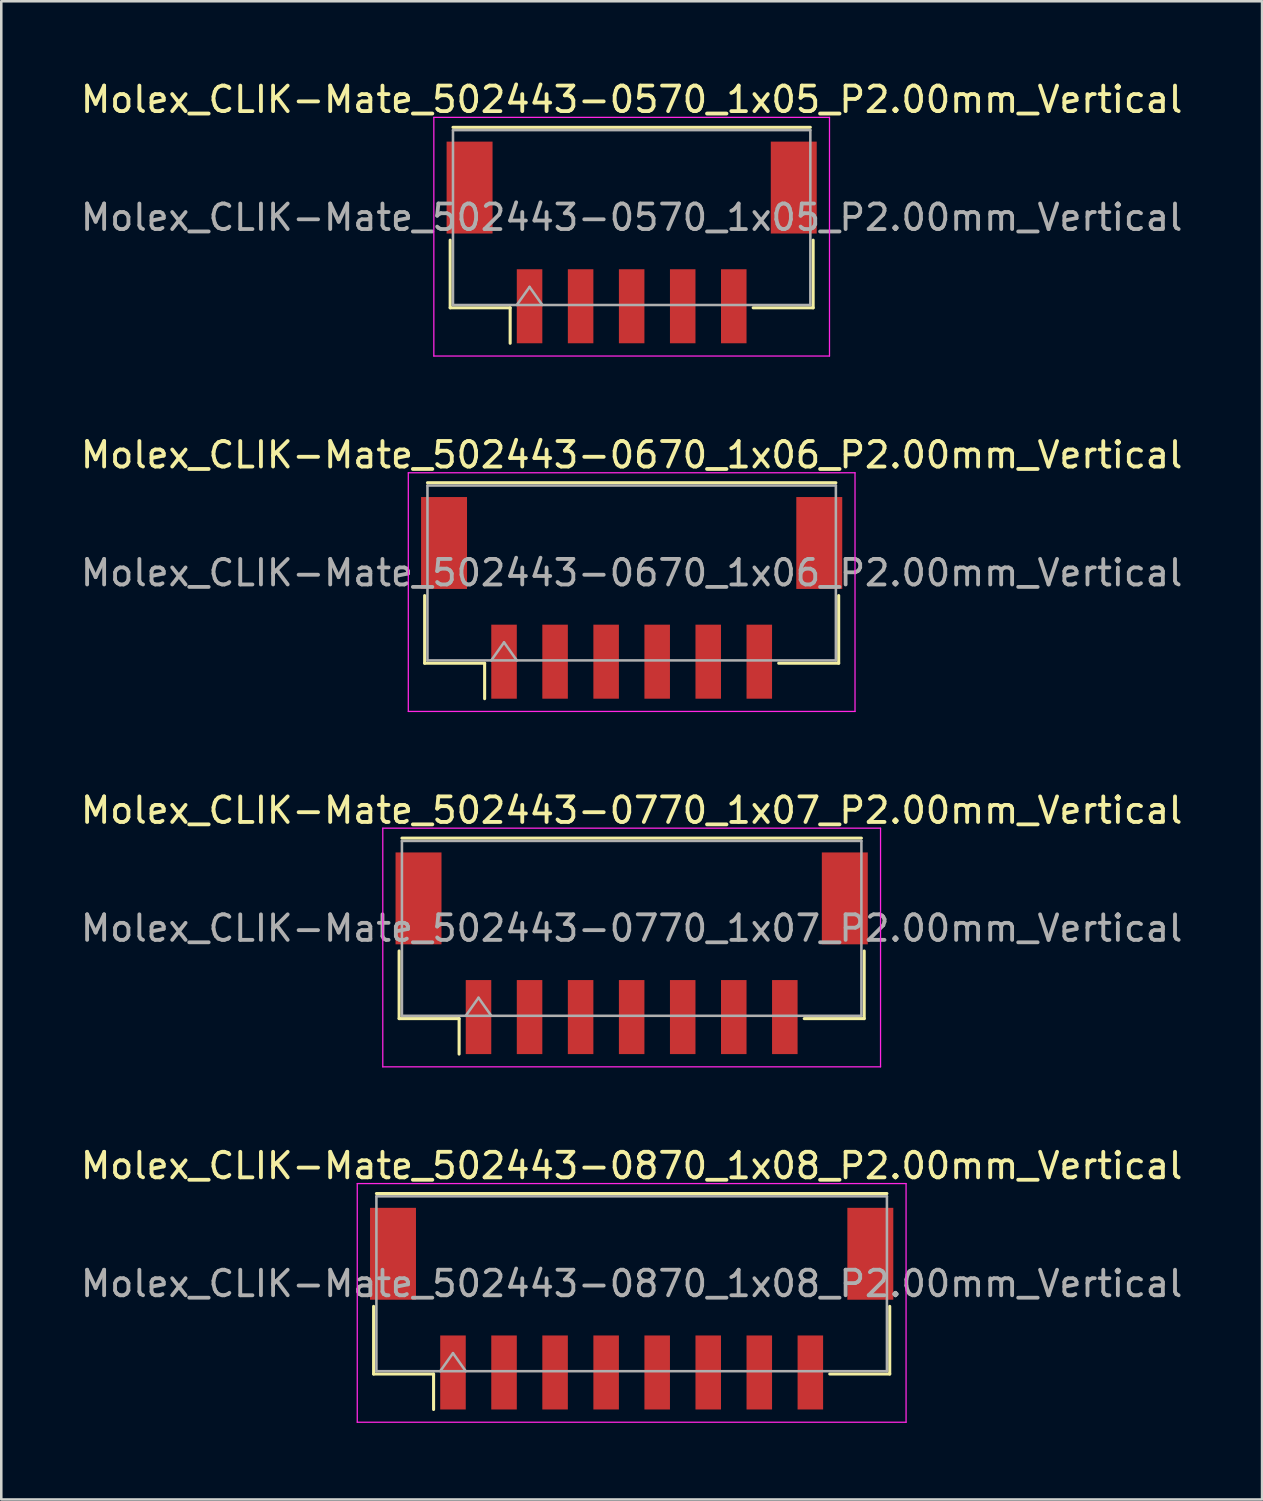
<source format=kicad_pcb>
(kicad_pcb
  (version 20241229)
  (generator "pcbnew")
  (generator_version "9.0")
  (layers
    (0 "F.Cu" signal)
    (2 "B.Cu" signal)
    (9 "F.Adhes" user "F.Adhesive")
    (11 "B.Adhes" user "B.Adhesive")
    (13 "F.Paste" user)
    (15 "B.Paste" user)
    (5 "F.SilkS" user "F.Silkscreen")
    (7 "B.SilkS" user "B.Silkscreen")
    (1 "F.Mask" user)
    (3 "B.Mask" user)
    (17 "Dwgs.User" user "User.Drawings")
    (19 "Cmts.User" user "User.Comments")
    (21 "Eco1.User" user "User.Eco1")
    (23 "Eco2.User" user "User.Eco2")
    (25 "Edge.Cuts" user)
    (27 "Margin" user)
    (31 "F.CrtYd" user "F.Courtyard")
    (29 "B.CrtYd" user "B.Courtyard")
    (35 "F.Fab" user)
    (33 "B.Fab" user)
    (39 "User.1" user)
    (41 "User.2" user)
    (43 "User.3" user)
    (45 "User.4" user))
  (footprint "Molex_CLIK-Mate_502443-0570_1x05_P2.00mm_Vertical"
    (layer "F.Cu")
    (at 21.696 6.448)
    (property "Reference" "Molex_CLIK-Mate_502443-0570_1x05_P2.00mm_Vertical" (at 0 -5.6 0) (layer "F.SilkS") (effects (font (size 1 1) (thickness 0.15))))
    (attr smd)
    (fp_line (start -7.11 -0.09) (end -7.11 2.56) (stroke (width 0.12) (type solid)) (layer "F.SilkS"))
    (fp_line (start -7.11 2.56) (end -4.76 2.56) (stroke (width 0.12) (type solid)) (layer "F.SilkS"))
    (fp_line (start -7 -4.51) (end 7 -4.51) (stroke (width 0.12) (type solid)) (layer "F.SilkS"))
    (fp_line (start -4.76 2.56) (end -4.76 3.95) (stroke (width 0.12) (type solid)) (layer "F.SilkS"))
    (fp_line (start 7.11 -0.09) (end 7.11 2.56) (stroke (width 0.12) (type solid)) (layer "F.SilkS"))
    (fp_line (start 7.11 2.56) (end 4.76 2.56) (stroke (width 0.12) (type solid)) (layer "F.SilkS"))
    (fp_line (start -7.75 -4.9) (end -7.75 4.45) (stroke (width 0.05) (type solid)) (layer "F.CrtYd"))
    (fp_line (start -7.75 4.45) (end 7.75 4.45) (stroke (width 0.05) (type solid)) (layer "F.CrtYd"))
    (fp_line (start 7.75 -4.9) (end -7.75 -4.9) (stroke (width 0.05) (type solid)) (layer "F.CrtYd"))
    (fp_line (start 7.75 4.45) (end 7.75 -4.9) (stroke (width 0.05) (type solid)) (layer "F.CrtYd"))
    (fp_line (start -7 -4.4) (end 7 -4.4) (stroke (width 0.1) (type solid)) (layer "F.Fab"))
    (fp_line (start -7 2.45) (end -7 -4.4) (stroke (width 0.1) (type solid)) (layer "F.Fab"))
    (fp_line (start -7 2.45) (end 7 2.45) (stroke (width 0.1) (type solid)) (layer "F.Fab"))
    (fp_line (start -4.5 2.45) (end -4 1.743) (stroke (width 0.1) (type solid)) (layer "F.Fab"))
    (fp_line (start -4 1.743) (end -3.5 2.45) (stroke (width 0.1) (type solid)) (layer "F.Fab"))
    (fp_line (start 7 2.45) (end 7 -4.4) (stroke (width 0.1) (type solid)) (layer "F.Fab"))
    (fp_text user "${REFERENCE}" (at 0 -0.98 0) (layer "F.Fab") (effects (font (size 1 1) (thickness 0.15))))
    (pad "" smd rect (at -6.35 -2.15) (size 1.8 3.6) (layers "F.Cu" "F.Mask" "F.Paste"))
    (pad "" smd rect (at 6.35 -2.15) (size 1.8 3.6) (layers "F.Cu" "F.Mask" "F.Paste"))
    (pad "1" smd rect (at -4 2.5) (size 1 2.9) (layers "F.Cu" "F.Mask" "F.Paste"))
    (pad "2" smd rect (at -2 2.5) (size 1 2.9) (layers "F.Cu" "F.Mask" "F.Paste"))
    (pad "3" smd rect (at 0 2.5) (size 1 2.9) (layers "F.Cu" "F.Mask" "F.Paste"))
    (pad "4" smd rect (at 2 2.5) (size 1 2.9) (layers "F.Cu" "F.Mask" "F.Paste"))
    (pad "5" smd rect (at 4 2.5) (size 1 2.9) (layers "F.Cu" "F.Mask" "F.Paste")))
  (footprint "Molex_CLIK-Mate_502443-0670_1x06_P2.00mm_Vertical"
    (layer "F.Cu")
    (at 21.696 20.372)
    (property "Reference" "Molex_CLIK-Mate_502443-0670_1x06_P2.00mm_Vertical" (at 0 -5.6 0) (layer "F.SilkS") (effects (font (size 1 1) (thickness 0.15))))
    (attr smd)
    (fp_line (start -8.11 -0.09) (end -8.11 2.56) (stroke (width 0.12) (type solid)) (layer "F.SilkS"))
    (fp_line (start -8.11 2.56) (end -5.76 2.56) (stroke (width 0.12) (type solid)) (layer "F.SilkS"))
    (fp_line (start -8 -4.51) (end 8 -4.51) (stroke (width 0.12) (type solid)) (layer "F.SilkS"))
    (fp_line (start -5.76 2.56) (end -5.76 3.95) (stroke (width 0.12) (type solid)) (layer "F.SilkS"))
    (fp_line (start 8.11 -0.09) (end 8.11 2.56) (stroke (width 0.12) (type solid)) (layer "F.SilkS"))
    (fp_line (start 8.11 2.56) (end 5.76 2.56) (stroke (width 0.12) (type solid)) (layer "F.SilkS"))
    (fp_line (start -8.75 -4.9) (end -8.75 4.45) (stroke (width 0.05) (type solid)) (layer "F.CrtYd"))
    (fp_line (start -8.75 4.45) (end 8.75 4.45) (stroke (width 0.05) (type solid)) (layer "F.CrtYd"))
    (fp_line (start 8.75 -4.9) (end -8.75 -4.9) (stroke (width 0.05) (type solid)) (layer "F.CrtYd"))
    (fp_line (start 8.75 4.45) (end 8.75 -4.9) (stroke (width 0.05) (type solid)) (layer "F.CrtYd"))
    (fp_line (start -8 -4.4) (end 8 -4.4) (stroke (width 0.1) (type solid)) (layer "F.Fab"))
    (fp_line (start -8 2.45) (end -8 -4.4) (stroke (width 0.1) (type solid)) (layer "F.Fab"))
    (fp_line (start -8 2.45) (end 8 2.45) (stroke (width 0.1) (type solid)) (layer "F.Fab"))
    (fp_line (start -5.5 2.45) (end -5 1.743) (stroke (width 0.1) (type solid)) (layer "F.Fab"))
    (fp_line (start -5 1.743) (end -4.5 2.45) (stroke (width 0.1) (type solid)) (layer "F.Fab"))
    (fp_line (start 8 2.45) (end 8 -4.4) (stroke (width 0.1) (type solid)) (layer "F.Fab"))
    (fp_text user "${REFERENCE}" (at 0 -0.98 0) (layer "F.Fab") (effects (font (size 1 1) (thickness 0.15))))
    (pad "" smd rect (at -7.35 -2.15) (size 1.8 3.6) (layers "F.Cu" "F.Mask" "F.Paste"))
    (pad "" smd rect (at 7.35 -2.15) (size 1.8 3.6) (layers "F.Cu" "F.Mask" "F.Paste"))
    (pad "1" smd rect (at -5 2.5) (size 1 2.9) (layers "F.Cu" "F.Mask" "F.Paste"))
    (pad "2" smd rect (at -3 2.5) (size 1 2.9) (layers "F.Cu" "F.Mask" "F.Paste"))
    (pad "3" smd rect (at -1 2.5) (size 1 2.9) (layers "F.Cu" "F.Mask" "F.Paste"))
    (pad "4" smd rect (at 1 2.5) (size 1 2.9) (layers "F.Cu" "F.Mask" "F.Paste"))
    (pad "5" smd rect (at 3 2.5) (size 1 2.9) (layers "F.Cu" "F.Mask" "F.Paste"))
    (pad "6" smd rect (at 5 2.5) (size 1 2.9) (layers "F.Cu" "F.Mask" "F.Paste")))
  (footprint "Molex_CLIK-Mate_502443-0870_1x08_P2.00mm_Vertical"
    (layer "F.Cu")
    (at 21.696 48.218)
    (property "Reference" "Molex_CLIK-Mate_502443-0870_1x08_P2.00mm_Vertical" (at 0 -5.6 0) (layer "F.SilkS") (effects (font (size 1 1) (thickness 0.15))))
    (attr smd)
    (fp_line (start -10.11 -0.09) (end -10.11 2.56) (stroke (width 0.12) (type solid)) (layer "F.SilkS"))
    (fp_line (start -10.11 2.56) (end -7.76 2.56) (stroke (width 0.12) (type solid)) (layer "F.SilkS"))
    (fp_line (start -10 -4.51) (end 10 -4.51) (stroke (width 0.12) (type solid)) (layer "F.SilkS"))
    (fp_line (start -7.76 2.56) (end -7.76 3.95) (stroke (width 0.12) (type solid)) (layer "F.SilkS"))
    (fp_line (start 10.11 -0.09) (end 10.11 2.56) (stroke (width 0.12) (type solid)) (layer "F.SilkS"))
    (fp_line (start 10.11 2.56) (end 7.76 2.56) (stroke (width 0.12) (type solid)) (layer "F.SilkS"))
    (fp_line (start -10.75 -4.9) (end -10.75 4.45) (stroke (width 0.05) (type solid)) (layer "F.CrtYd"))
    (fp_line (start -10.75 4.45) (end 10.75 4.45) (stroke (width 0.05) (type solid)) (layer "F.CrtYd"))
    (fp_line (start 10.75 -4.9) (end -10.75 -4.9) (stroke (width 0.05) (type solid)) (layer "F.CrtYd"))
    (fp_line (start 10.75 4.45) (end 10.75 -4.9) (stroke (width 0.05) (type solid)) (layer "F.CrtYd"))
    (fp_line (start -10 -4.4) (end 10 -4.4) (stroke (width 0.1) (type solid)) (layer "F.Fab"))
    (fp_line (start -10 2.45) (end -10 -4.4) (stroke (width 0.1) (type solid)) (layer "F.Fab"))
    (fp_line (start -10 2.45) (end 10 2.45) (stroke (width 0.1) (type solid)) (layer "F.Fab"))
    (fp_line (start -7.5 2.45) (end -7 1.743) (stroke (width 0.1) (type solid)) (layer "F.Fab"))
    (fp_line (start -7 1.743) (end -6.5 2.45) (stroke (width 0.1) (type solid)) (layer "F.Fab"))
    (fp_line (start 10 2.45) (end 10 -4.4) (stroke (width 0.1) (type solid)) (layer "F.Fab"))
    (fp_text user "${REFERENCE}" (at 0 -0.98 0) (layer "F.Fab") (effects (font (size 1 1) (thickness 0.15))))
    (pad "" smd rect (at -9.35 -2.15) (size 1.8 3.6) (layers "F.Cu" "F.Mask" "F.Paste"))
    (pad "" smd rect (at 9.35 -2.15) (size 1.8 3.6) (layers "F.Cu" "F.Mask" "F.Paste"))
    (pad "1" smd rect (at -7 2.5) (size 1 2.9) (layers "F.Cu" "F.Mask" "F.Paste"))
    (pad "2" smd rect (at -5 2.5) (size 1 2.9) (layers "F.Cu" "F.Mask" "F.Paste"))
    (pad "3" smd rect (at -3 2.5) (size 1 2.9) (layers "F.Cu" "F.Mask" "F.Paste"))
    (pad "4" smd rect (at -1 2.5) (size 1 2.9) (layers "F.Cu" "F.Mask" "F.Paste"))
    (pad "5" smd rect (at 1 2.5) (size 1 2.9) (layers "F.Cu" "F.Mask" "F.Paste"))
    (pad "6" smd rect (at 3 2.5) (size 1 2.9) (layers "F.Cu" "F.Mask" "F.Paste"))
    (pad "7" smd rect (at 5 2.5) (size 1 2.9) (layers "F.Cu" "F.Mask" "F.Paste"))
    (pad "8" smd rect (at 7 2.5) (size 1 2.9) (layers "F.Cu" "F.Mask" "F.Paste")))
  (footprint "Molex_CLIK-Mate_502443-0770_1x07_P2.00mm_Vertical"
    (layer "F.Cu")
    (at 21.696 34.295)
    (property "Reference" "Molex_CLIK-Mate_502443-0770_1x07_P2.00mm_Vertical" (at 0 -5.6 0) (layer "F.SilkS") (effects (font (size 1 1) (thickness 0.15))))
    (attr smd)
    (fp_line (start -9.11 -0.09) (end -9.11 2.56) (stroke (width 0.12) (type solid)) (layer "F.SilkS"))
    (fp_line (start -9.11 2.56) (end -6.76 2.56) (stroke (width 0.12) (type solid)) (layer "F.SilkS"))
    (fp_line (start -9 -4.51) (end 9 -4.51) (stroke (width 0.12) (type solid)) (layer "F.SilkS"))
    (fp_line (start -6.76 2.56) (end -6.76 3.95) (stroke (width 0.12) (type solid)) (layer "F.SilkS"))
    (fp_line (start 9.11 -0.09) (end 9.11 2.56) (stroke (width 0.12) (type solid)) (layer "F.SilkS"))
    (fp_line (start 9.11 2.56) (end 6.76 2.56) (stroke (width 0.12) (type solid)) (layer "F.SilkS"))
    (fp_line (start -9.75 -4.9) (end -9.75 4.45) (stroke (width 0.05) (type solid)) (layer "F.CrtYd"))
    (fp_line (start -9.75 4.45) (end 9.75 4.45) (stroke (width 0.05) (type solid)) (layer "F.CrtYd"))
    (fp_line (start 9.75 -4.9) (end -9.75 -4.9) (stroke (width 0.05) (type solid)) (layer "F.CrtYd"))
    (fp_line (start 9.75 4.45) (end 9.75 -4.9) (stroke (width 0.05) (type solid)) (layer "F.CrtYd"))
    (fp_line (start -9 -4.4) (end 9 -4.4) (stroke (width 0.1) (type solid)) (layer "F.Fab"))
    (fp_line (start -9 2.45) (end -9 -4.4) (stroke (width 0.1) (type solid)) (layer "F.Fab"))
    (fp_line (start -9 2.45) (end 9 2.45) (stroke (width 0.1) (type solid)) (layer "F.Fab"))
    (fp_line (start -6.5 2.45) (end -6 1.743) (stroke (width 0.1) (type solid)) (layer "F.Fab"))
    (fp_line (start -6 1.743) (end -5.5 2.45) (stroke (width 0.1) (type solid)) (layer "F.Fab"))
    (fp_line (start 9 2.45) (end 9 -4.4) (stroke (width 0.1) (type solid)) (layer "F.Fab"))
    (fp_text user "${REFERENCE}" (at 0 -0.98 0) (layer "F.Fab") (effects (font (size 1 1) (thickness 0.15))))
    (pad "" smd rect (at -8.35 -2.15) (size 1.8 3.6) (layers "F.Cu" "F.Mask" "F.Paste"))
    (pad "" smd rect (at 8.35 -2.15) (size 1.8 3.6) (layers "F.Cu" "F.Mask" "F.Paste"))
    (pad "1" smd rect (at -6 2.5) (size 1 2.9) (layers "F.Cu" "F.Mask" "F.Paste"))
    (pad "2" smd rect (at -4 2.5) (size 1 2.9) (layers "F.Cu" "F.Mask" "F.Paste"))
    (pad "3" smd rect (at -2 2.5) (size 1 2.9) (layers "F.Cu" "F.Mask" "F.Paste"))
    (pad "4" smd rect (at 0 2.5) (size 1 2.9) (layers "F.Cu" "F.Mask" "F.Paste"))
    (pad "5" smd rect (at 2 2.5) (size 1 2.9) (layers "F.Cu" "F.Mask" "F.Paste"))
    (pad "6" smd rect (at 4 2.5) (size 1 2.9) (layers "F.Cu" "F.Mask" "F.Paste"))
    (pad "7" smd rect (at 6 2.5) (size 1 2.9) (layers "F.Cu" "F.Mask" "F.Paste")))
  (gr_rect
    (start -3 -3)
    (end 46.393 55.693)
    (stroke (width 0.1) (type default))
    (fill no)
    (layer "Edge.Cuts")))
</source>
